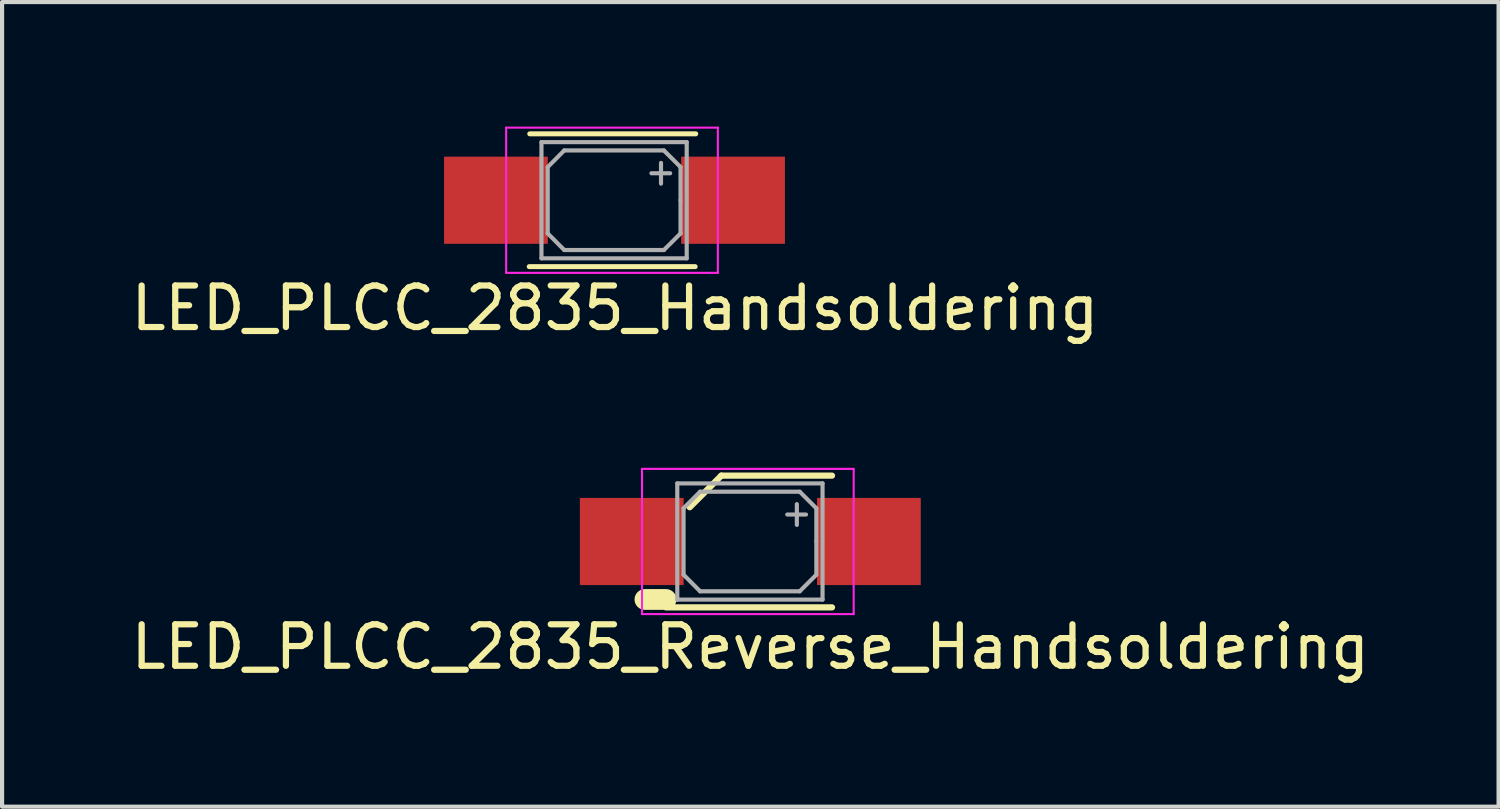
<source format=kicad_pcb>
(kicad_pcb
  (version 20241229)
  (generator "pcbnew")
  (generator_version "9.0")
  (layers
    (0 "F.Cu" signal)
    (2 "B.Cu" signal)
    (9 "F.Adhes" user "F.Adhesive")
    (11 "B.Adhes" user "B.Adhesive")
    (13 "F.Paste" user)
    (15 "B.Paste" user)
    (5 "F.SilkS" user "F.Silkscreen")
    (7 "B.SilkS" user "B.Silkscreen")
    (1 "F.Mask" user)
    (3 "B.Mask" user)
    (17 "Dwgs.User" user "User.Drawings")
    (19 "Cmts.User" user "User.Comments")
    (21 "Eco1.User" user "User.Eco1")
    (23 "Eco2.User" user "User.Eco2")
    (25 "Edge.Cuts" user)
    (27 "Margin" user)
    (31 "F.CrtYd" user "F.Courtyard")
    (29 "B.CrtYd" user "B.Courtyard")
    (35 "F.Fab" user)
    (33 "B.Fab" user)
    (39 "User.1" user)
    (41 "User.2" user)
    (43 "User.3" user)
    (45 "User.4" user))
  (footprint "LED_PLCC_2835_Handsoldering"
    (layer "F.Cu")
    (at 11.757 1.775)
    (property "Reference" "LED_PLCC_2835_Handsoldering" (at 0.011 2.6 0) (layer "F.SilkS") (effects (font (size 1 1) (thickness 0.15))))
    (attr smd)
    (fp_line (start 1.944 1.6) (end -2.055 1.6) (stroke (width 0.12) (type solid)) (layer "F.SilkS"))
    (fp_line (start 1.958 -1.6) (end -2.042 -1.6) (stroke (width 0.12) (type solid)) (layer "F.SilkS"))
    (fp_line (start -2.61 -1.75) (end 2.49 -1.75) (stroke (width 0.05) (type solid)) (layer "F.CrtYd"))
    (fp_line (start -2.61 1.75) (end -2.61 -1.75) (stroke (width 0.05) (type solid)) (layer "F.CrtYd"))
    (fp_line (start 2.49 -1.75) (end 2.49 1.75) (stroke (width 0.05) (type solid)) (layer "F.CrtYd"))
    (fp_line (start 2.49 1.75) (end -2.61 1.75) (stroke (width 0.05) (type solid)) (layer "F.CrtYd"))
    (fp_line (start -1.76 -1.4) (end 1.74 -1.4) (stroke (width 0.1) (type solid)) (layer "F.Fab"))
    (fp_line (start -1.76 1.4) (end -1.76 -1.4) (stroke (width 0.1) (type solid)) (layer "F.Fab"))
    (fp_line (start -1.609 -0.8) (end -1.21 -1.2) (stroke (width 0.1) (type solid)) (layer "F.Fab"))
    (fp_line (start -1.609 0.8) (end -1.609 -0.8) (stroke (width 0.1) (type solid)) (layer "F.Fab"))
    (fp_line (start -1.21 -1.2) (end 1.19 -1.2) (stroke (width 0.1) (type solid)) (layer "F.Fab"))
    (fp_line (start -1.21 1.2) (end -1.609 0.8) (stroke (width 0.1) (type solid)) (layer "F.Fab"))
    (fp_line (start 1.121 -0.4) (end 1.121 -0.9) (stroke (width 0.1) (type solid)) (layer "F.Fab"))
    (fp_line (start 1.19 -1.2) (end 1.591 -0.8) (stroke (width 0.1) (type solid)) (layer "F.Fab"))
    (fp_line (start 1.19 1.2) (end -1.21 1.2) (stroke (width 0.1) (type solid)) (layer "F.Fab"))
    (fp_line (start 1.341 -0.65) (end 0.89 -0.65) (stroke (width 0.1) (type solid)) (layer "F.Fab"))
    (fp_line (start 1.591 -0.8) (end 1.591 0) (stroke (width 0.1) (type solid)) (layer "F.Fab"))
    (fp_line (start 1.591 0) (end 1.591 0.8) (stroke (width 0.1) (type solid)) (layer "F.Fab"))
    (fp_line (start 1.591 0.8) (end 1.19 1.2) (stroke (width 0.1) (type solid)) (layer "F.Fab"))
    (fp_line (start 1.74 -1.4) (end 1.74 1.4) (stroke (width 0.1) (type solid)) (layer "F.Fab"))
    (fp_line (start 1.74 1.4) (end -1.76 1.4) (stroke (width 0.1) (type solid)) (layer "F.Fab"))
    (pad "1" smd rect (at -2.857 0 180) (size 2.5 2.1) (layers "F.Cu" "F.Mask" "F.Paste"))
    (pad "2" smd rect (at 2.857 0 180) (size 2.5 2.1) (layers "F.Cu" "F.Mask" "F.Paste")))
  (footprint "LED_PLCC_2835_Reverse_Handsoldering"
    (layer "F.Cu")
    (at 15.03 9.998)
    (property "Reference" "LED_PLCC_2835_Reverse_Handsoldering" (at 0 2.54 0) (layer "F.SilkS") (effects (font (size 1 1) (thickness 0.15))))
    (attr smd)
    (fp_line (start -2.032 1.397) (end -2.54 1.397) (stroke (width 0.5) (type solid)) (layer "F.SilkS"))
    (fp_line (start -2.032 1.587) (end 1.968 1.587) (stroke (width 0.15) (type solid)) (layer "F.SilkS"))
    (fp_line (start -0.699 -1.587) (end -1.46 -0.826) (stroke (width 0.15) (type solid)) (layer "F.SilkS"))
    (fp_line (start 1.968 -1.587) (end -0.699 -1.587) (stroke (width 0.15) (type solid)) (layer "F.SilkS"))
    (fp_line (start -2.61 -1.75) (end 2.49 -1.75) (stroke (width 0.05) (type solid)) (layer "F.CrtYd"))
    (fp_line (start -2.61 1.75) (end -2.61 -1.75) (stroke (width 0.05) (type solid)) (layer "F.CrtYd"))
    (fp_line (start 2.49 -1.75) (end 2.49 1.75) (stroke (width 0.05) (type solid)) (layer "F.CrtYd"))
    (fp_line (start 2.49 1.75) (end -2.61 1.75) (stroke (width 0.05) (type solid)) (layer "F.CrtYd"))
    (fp_line (start -1.76 -1.4) (end 1.74 -1.4) (stroke (width 0.1) (type solid)) (layer "F.Fab"))
    (fp_line (start -1.76 1.4) (end -1.76 -1.4) (stroke (width 0.1) (type solid)) (layer "F.Fab"))
    (fp_line (start -1.609 -0.8) (end -1.21 -1.2) (stroke (width 0.1) (type solid)) (layer "F.Fab"))
    (fp_line (start -1.609 0.8) (end -1.609 -0.8) (stroke (width 0.1) (type solid)) (layer "F.Fab"))
    (fp_line (start -1.21 -1.2) (end 1.19 -1.2) (stroke (width 0.1) (type solid)) (layer "F.Fab"))
    (fp_line (start -1.21 1.2) (end -1.609 0.8) (stroke (width 0.1) (type solid)) (layer "F.Fab"))
    (fp_line (start 1.121 -0.4) (end 1.121 -0.9) (stroke (width 0.1) (type solid)) (layer "F.Fab"))
    (fp_line (start 1.19 -1.2) (end 1.591 -0.8) (stroke (width 0.1) (type solid)) (layer "F.Fab"))
    (fp_line (start 1.19 1.2) (end -1.21 1.2) (stroke (width 0.1) (type solid)) (layer "F.Fab"))
    (fp_line (start 1.341 -0.65) (end 0.89 -0.65) (stroke (width 0.1) (type solid)) (layer "F.Fab"))
    (fp_line (start 1.591 -0.8) (end 1.591 0) (stroke (width 0.1) (type solid)) (layer "F.Fab"))
    (fp_line (start 1.591 0) (end 1.591 0.8) (stroke (width 0.1) (type solid)) (layer "F.Fab"))
    (fp_line (start 1.591 0.8) (end 1.19 1.2) (stroke (width 0.1) (type solid)) (layer "F.Fab"))
    (fp_line (start 1.74 -1.4) (end 1.74 1.4) (stroke (width 0.1) (type solid)) (layer "F.Fab"))
    (fp_line (start 1.74 1.4) (end -1.76 1.4) (stroke (width 0.1) (type solid)) (layer "F.Fab"))
    (pad "1" smd rect (at -2.857 0 180) (size 2.5 2.1) (layers "F.Cu" "F.Mask" "F.Paste"))
    (pad "2" smd rect (at 2.857 0 180) (size 2.5 2.1) (layers "F.Cu" "F.Mask" "F.Paste")))
  (gr_rect
    (start -3 -3)
    (end 33.06 16.387)
    (stroke (width 0.1) (type default))
    (fill no)
    (layer "Edge.Cuts")))
</source>
